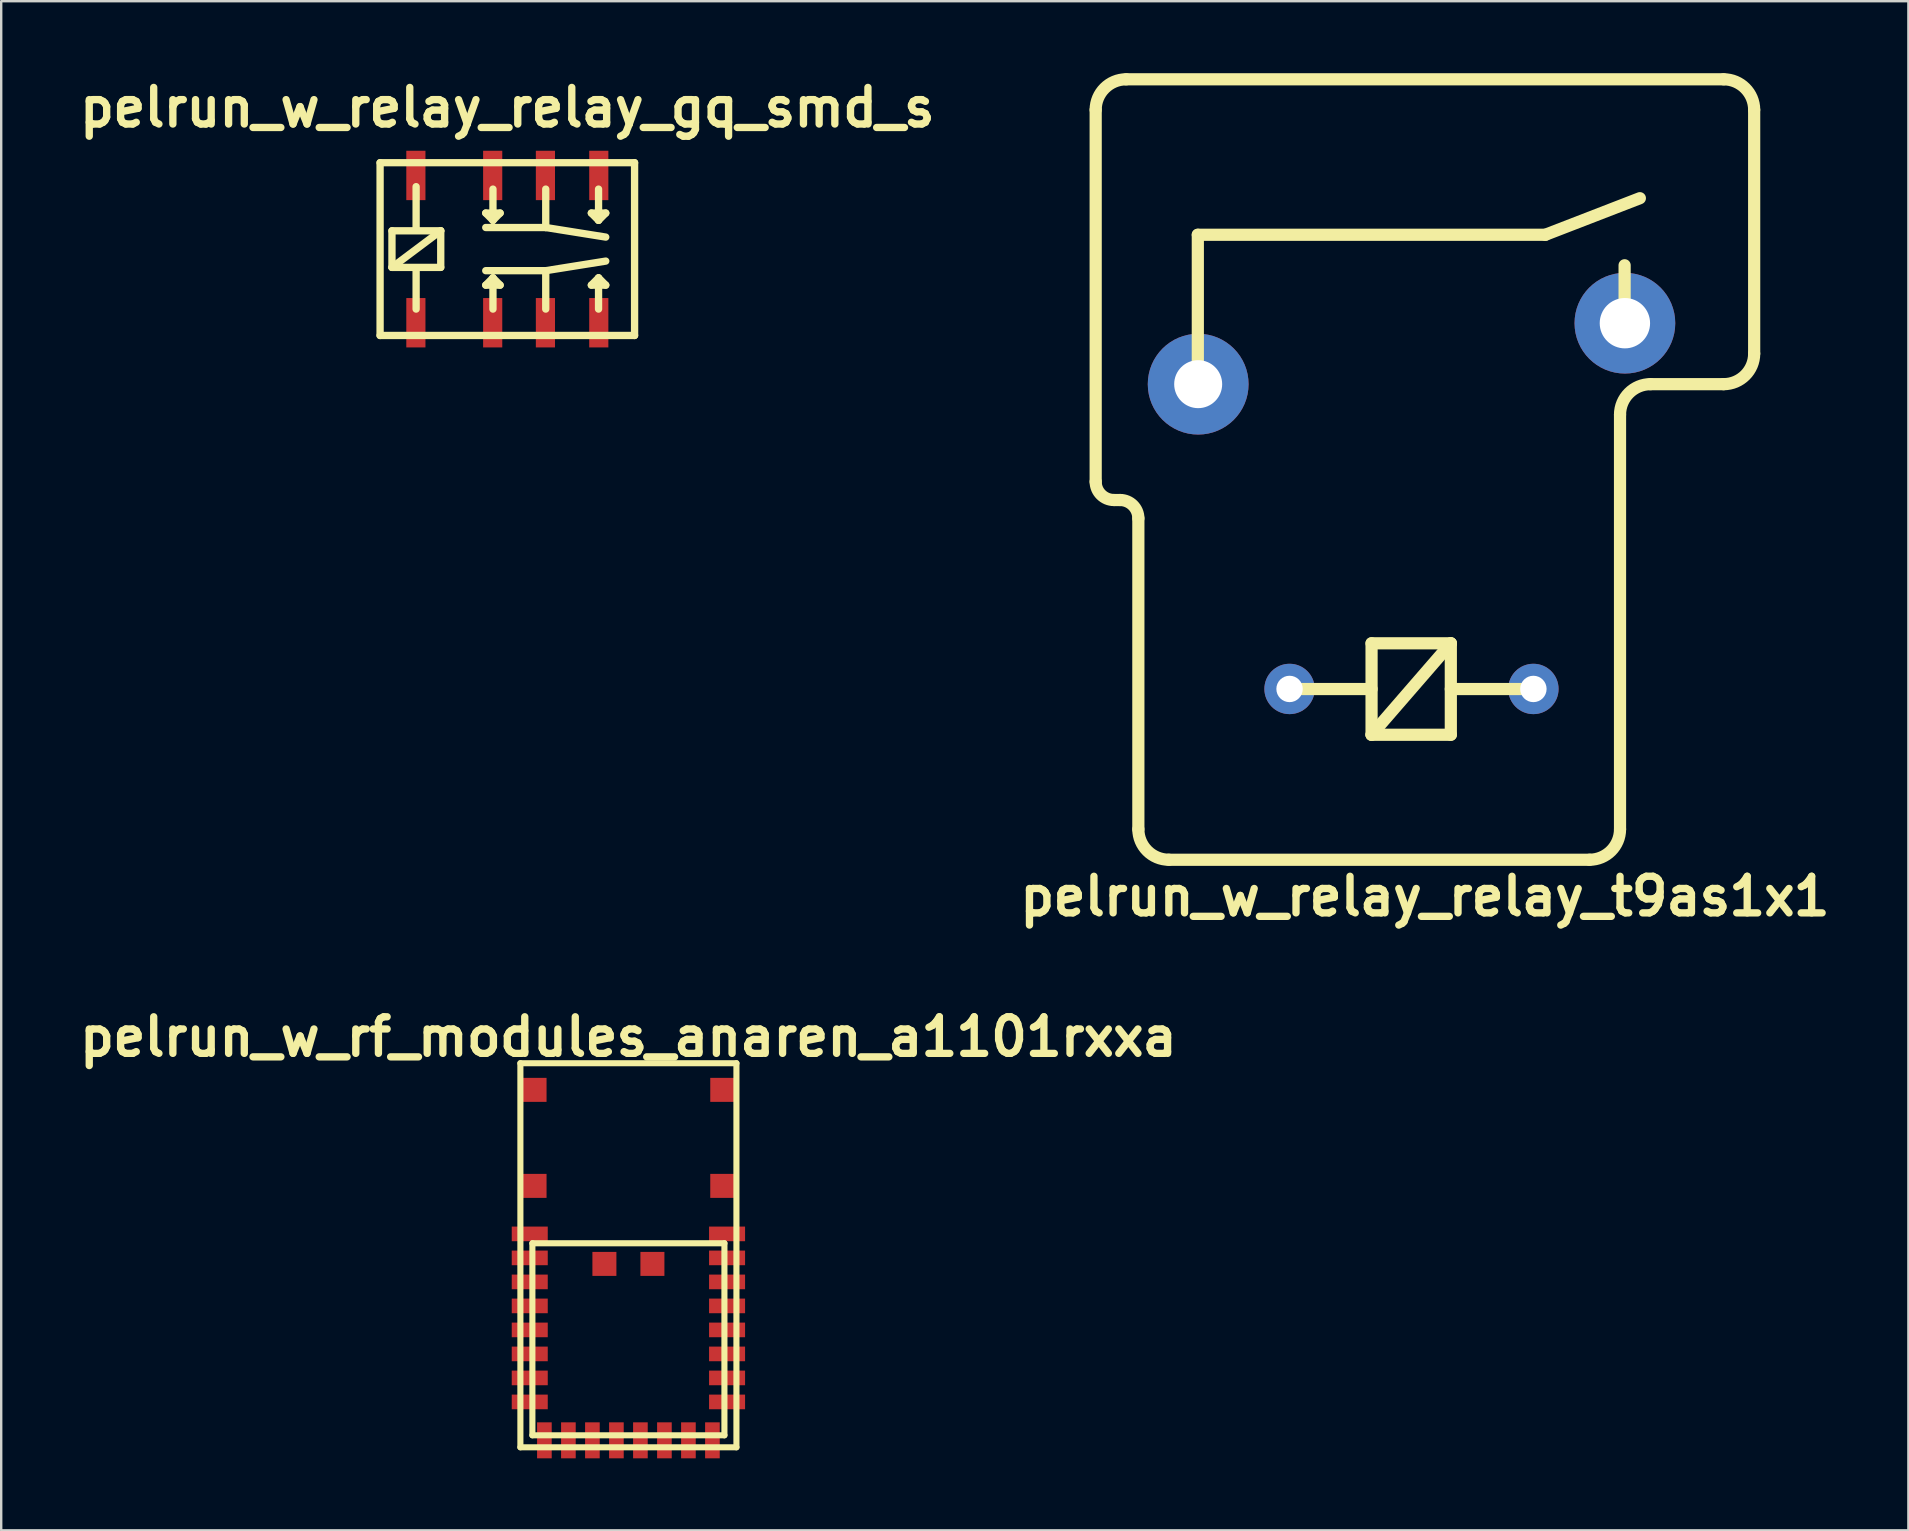
<source format=kicad_pcb>
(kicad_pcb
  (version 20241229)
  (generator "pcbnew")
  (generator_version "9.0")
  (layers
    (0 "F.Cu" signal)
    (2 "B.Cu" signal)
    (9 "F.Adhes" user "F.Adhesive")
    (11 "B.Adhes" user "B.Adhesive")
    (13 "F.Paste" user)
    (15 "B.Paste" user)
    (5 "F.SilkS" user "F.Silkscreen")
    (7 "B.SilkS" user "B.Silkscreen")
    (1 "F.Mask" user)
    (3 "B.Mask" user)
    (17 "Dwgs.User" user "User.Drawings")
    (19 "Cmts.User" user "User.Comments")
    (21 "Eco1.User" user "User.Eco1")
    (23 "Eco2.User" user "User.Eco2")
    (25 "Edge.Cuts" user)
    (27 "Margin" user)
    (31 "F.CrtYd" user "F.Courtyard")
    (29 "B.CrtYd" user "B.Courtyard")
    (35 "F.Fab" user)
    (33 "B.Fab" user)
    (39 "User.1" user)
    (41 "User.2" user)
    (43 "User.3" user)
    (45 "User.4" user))
  (footprint "pelrun_w_relay_relay_t9as1x1"
    (layer "F.Cu")
    (at 56.311 16.51)
    (property "Reference" "pelrun_w_relay_relay_t9as1x1" (at 0 17.78 0) (layer "F.SilkS") (effects (font (size 1.524 1.524) (thickness 0.305))))
    (attr through_hole)
    (fp_line (start -13.716 -14.986) (end -13.716 0.508) (stroke (width 0.508) (type solid)) (layer "F.SilkS"))
    (fp_line (start -12.954 1.27) (end -12.7 1.27) (stroke (width 0.508) (type solid)) (layer "F.SilkS"))
    (fp_line (start -11.938 2.032) (end -11.938 14.986) (stroke (width 0.508) (type solid)) (layer "F.SilkS"))
    (fp_line (start -10.668 16.256) (end 6.858 16.256) (stroke (width 0.508) (type solid)) (layer "F.SilkS"))
    (fp_line (start -9.461 -9.779) (end -9.461 -3.556) (stroke (width 0.508) (type solid)) (layer "F.SilkS"))
    (fp_line (start -9.461 -3.556) (end -9.461 -3.619) (stroke (width 0.508) (type solid)) (layer "F.SilkS"))
    (fp_line (start -2.223 7.239) (end 1.079 7.239) (stroke (width 0.508) (type solid)) (layer "F.SilkS"))
    (fp_line (start -2.223 9.144) (end -5.715 9.144) (stroke (width 0.508) (type solid)) (layer "F.SilkS"))
    (fp_line (start -2.223 11.049) (end -2.223 7.239) (stroke (width 0.508) (type solid)) (layer "F.SilkS"))
    (fp_line (start -2.223 11.049) (end 1.079 7.239) (stroke (width 0.508) (type solid)) (layer "F.SilkS"))
    (fp_line (start 1.079 7.239) (end 1.079 11.049) (stroke (width 0.508) (type solid)) (layer "F.SilkS"))
    (fp_line (start 1.079 11.049) (end -2.223 11.049) (stroke (width 0.508) (type solid)) (layer "F.SilkS"))
    (fp_line (start 4.572 9.144) (end 1.079 9.144) (stroke (width 0.508) (type solid)) (layer "F.SilkS"))
    (fp_line (start 5.016 -9.779) (end -9.461 -9.779) (stroke (width 0.508) (type solid)) (layer "F.SilkS"))
    (fp_line (start 5.016 -9.779) (end 8.954 -11.303) (stroke (width 0.508) (type solid)) (layer "F.SilkS"))
    (fp_line (start 8.128 14.986) (end 8.128 -2.286) (stroke (width 0.508) (type solid)) (layer "F.SilkS"))
    (fp_line (start 8.319 -6.096) (end 8.319 -8.509) (stroke (width 0.508) (type solid)) (layer "F.SilkS"))
    (fp_line (start 9.398 -3.556) (end 12.446 -3.556) (stroke (width 0.508) (type solid)) (layer "F.SilkS"))
    (fp_line (start 12.446 -16.256) (end -12.446 -16.256) (stroke (width 0.508) (type solid)) (layer "F.SilkS"))
    (fp_line (start 13.716 -4.826) (end 13.716 -14.986) (stroke (width 0.508) (type solid)) (layer "F.SilkS"))
    (fp_arc (start -13.716 -14.986) (mid -13.344026 -15.884026) (end -12.446 -16.256) (stroke (width 0.508) (type solid)) (layer "F.SilkS"))
    (fp_arc (start -12.954 1.27) (mid -13.492815 1.046815) (end -13.716 0.508) (stroke (width 0.508) (type solid)) (layer "F.SilkS"))
    (fp_arc (start -12.7 1.27) (mid -12.161185 1.493185) (end -11.938 2.032) (stroke (width 0.508) (type solid)) (layer "F.SilkS"))
    (fp_arc (start -10.668 16.256) (mid -11.566026 15.884026) (end -11.938 14.986) (stroke (width 0.508) (type solid)) (layer "F.SilkS"))
    (fp_arc (start 8.128 -2.286) (mid 8.499974 -3.184026) (end 9.398 -3.556) (stroke (width 0.508) (type solid)) (layer "F.SilkS"))
    (fp_arc (start 8.128 14.986) (mid 7.756026 15.884026) (end 6.858 16.256) (stroke (width 0.508) (type solid)) (layer "F.SilkS"))
    (fp_arc (start 12.446 -16.256) (mid 13.344026 -15.884026) (end 13.716 -14.986) (stroke (width 0.508) (type solid)) (layer "F.SilkS"))
    (fp_arc (start 13.716 -4.826) (mid 13.344026 -3.927974) (end 12.446 -3.556) (stroke (width 0.508) (type solid)) (layer "F.SilkS"))
    (pad "1" thru_hole circle (at -5.639 9.141) (size 2.098 2.098) (drill 1.1) (layers "*.Cu" "*.Mask"))
    (pad "2" thru_hole circle (at 4.519 9.141) (size 2.098 2.098) (drill 1.1) (layers "*.Cu" "*.Mask"))
    (pad "3" thru_hole circle (at -9.446 -3.556) (size 4.199 4.199) (drill 1.999) (layers "*.Cu" "*.Mask"))
    (pad "4" thru_hole circle (at 8.331 -6.096) (size 4.196 4.196) (drill 2.098) (layers "*.Cu" "*.Mask")))
  (footprint "pelrun_w_rf_modules_anaren_a1101rxxa"
    (layer "F.Cu")
    (at 23.129 49.243)
    (property "Reference" "pelrun_w_rf_modules_anaren_a1101rxxa" (at 0 -9.1 0) (layer "F.SilkS") (effects (font (size 1.524 1.524) (thickness 0.305))))
    (attr through_hole)
    (fp_line (start -4.5 -8) (end -4.5 8) (stroke (width 0.254) (type solid)) (layer "F.SilkS"))
    (fp_line (start -4.5 -8) (end 4.5 -8) (stroke (width 0.254) (type solid)) (layer "F.SilkS"))
    (fp_line (start -4.5 8) (end 4.5 8) (stroke (width 0.254) (type solid)) (layer "F.SilkS"))
    (fp_line (start -4 -0.5) (end -4 7.5) (stroke (width 0.254) (type solid)) (layer "F.SilkS"))
    (fp_line (start -4 -0.5) (end 4 -0.5) (stroke (width 0.254) (type solid)) (layer "F.SilkS"))
    (fp_line (start -4 7.5) (end 4 7.5) (stroke (width 0.254) (type solid)) (layer "F.SilkS"))
    (fp_line (start 4 -0.5) (end 4 7.5) (stroke (width 0.254) (type solid)) (layer "F.SilkS"))
    (fp_line (start 4.5 -8) (end 4.5 8) (stroke (width 0.254) (type solid)) (layer "F.SilkS"))
    (pad "" smd rect (at -3.91 -6.89) (size 1 1) (layers "F.Cu" "F.Mask" "F.Paste"))
    (pad "" smd rect (at -3.91 -2.89) (size 1 1) (layers "F.Cu" "F.Mask" "F.Paste"))
    (pad "" smd rect (at -1 0.36) (size 1 1) (layers "F.Cu" "F.Mask" "F.Paste"))
    (pad "" smd rect (at 1 0.36) (size 1 1) (layers "F.Cu" "F.Mask" "F.Paste"))
    (pad "" smd rect (at 3.91 -6.89) (size 1 1) (layers "F.Cu" "F.Mask" "F.Paste"))
    (pad "" smd rect (at 3.91 -2.89) (size 1 1) (layers "F.Cu" "F.Mask" "F.Paste"))
    (pad "1" smd rect (at -4.11 -0.89) (size 1.5 0.61) (layers "F.Cu" "F.Mask" "F.Paste"))
    (pad "2" smd rect (at -4.11 0.11) (size 1.5 0.61) (layers "F.Cu" "F.Mask" "F.Paste"))
    (pad "3" smd rect (at -4.11 1.11) (size 1.5 0.61) (layers "F.Cu" "F.Mask" "F.Paste"))
    (pad "4" smd rect (at -4.11 2.11) (size 1.5 0.61) (layers "F.Cu" "F.Mask" "F.Paste"))
    (pad "5" smd rect (at -4.11 3.11) (size 1.5 0.61) (layers "F.Cu" "F.Mask" "F.Paste"))
    (pad "6" smd rect (at -4.11 4.11) (size 1.5 0.61) (layers "F.Cu" "F.Mask" "F.Paste"))
    (pad "7" smd rect (at -4.11 5.11) (size 1.5 0.61) (layers "F.Cu" "F.Mask" "F.Paste"))
    (pad "8" smd rect (at -4.11 6.11) (size 1.5 0.61) (layers "F.Cu" "F.Mask" "F.Paste"))
    (pad "9" smd rect (at -3.5 7.71) (size 0.61 1.5) (layers "F.Cu" "F.Mask" "F.Paste"))
    (pad "10" smd rect (at -2.5 7.71) (size 0.61 1.5) (layers "F.Cu" "F.Mask" "F.Paste"))
    (pad "11" smd rect (at -1.5 7.71) (size 0.61 1.5) (layers "F.Cu" "F.Mask" "F.Paste"))
    (pad "12" smd rect (at -0.5 7.71) (size 0.61 1.5) (layers "F.Cu" "F.Mask" "F.Paste"))
    (pad "13" smd rect (at 0.5 7.71) (size 0.61 1.5) (layers "F.Cu" "F.Mask" "F.Paste"))
    (pad "14" smd rect (at 1.5 7.71) (size 0.61 1.5) (layers "F.Cu" "F.Mask" "F.Paste"))
    (pad "15" smd rect (at 2.5 7.71) (size 0.61 1.5) (layers "F.Cu" "F.Mask" "F.Paste"))
    (pad "16" smd rect (at 3.5 7.71) (size 0.61 1.5) (layers "F.Cu" "F.Mask" "F.Paste"))
    (pad "17" smd rect (at 4.11 6.11) (size 1.5 0.61) (layers "F.Cu" "F.Mask" "F.Paste"))
    (pad "18" smd rect (at 4.11 5.11) (size 1.5 0.61) (layers "F.Cu" "F.Mask" "F.Paste"))
    (pad "19" smd rect (at 4.11 4.11) (size 1.5 0.61) (layers "F.Cu" "F.Mask" "F.Paste"))
    (pad "20" smd rect (at 4.11 3.11) (size 1.5 0.61) (layers "F.Cu" "F.Mask" "F.Paste"))
    (pad "21" smd rect (at 4.11 2.11) (size 1.5 0.61) (layers "F.Cu" "F.Mask" "F.Paste"))
    (pad "22" smd rect (at 4.11 1.11) (size 1.5 0.61) (layers "F.Cu" "F.Mask" "F.Paste"))
    (pad "23" smd rect (at 4.11 0.11) (size 1.5 0.61) (layers "F.Cu" "F.Mask" "F.Paste"))
    (pad "24" smd rect (at 4.11 -0.89) (size 1.5 0.61) (layers "F.Cu" "F.Mask" "F.Paste")))
  (footprint "pelrun_w_relay_relay_gq_smd_s"
    (layer "F.Cu")
    (at 18.085 7.327)
    (property "Reference" "pelrun_w_relay_relay_gq_smd_s" (at 0 -5.9 0) (layer "F.SilkS") (effects (font (size 1.524 1.524) (thickness 0.305))))
    (attr through_hole)
    (fp_line (start -5.301 -3.599) (end 5.301 -3.599) (stroke (width 0.305) (type solid)) (layer "F.SilkS"))
    (fp_line (start -5.301 3.599) (end -5.301 -3.599) (stroke (width 0.305) (type solid)) (layer "F.SilkS"))
    (fp_line (start -4.806 -0.762) (end -2.774 -0.762) (stroke (width 0.305) (type solid)) (layer "F.SilkS"))
    (fp_line (start -4.806 0.762) (end -4.806 -0.762) (stroke (width 0.305) (type solid)) (layer "F.SilkS"))
    (fp_line (start -4.806 0.762) (end -2.774 -0.762) (stroke (width 0.305) (type solid)) (layer "F.SilkS"))
    (fp_line (start -3.8 -2.601) (end -3.8 -0.8) (stroke (width 0.305) (type solid)) (layer "F.SilkS"))
    (fp_line (start -3.8 2.499) (end -3.8 0.8) (stroke (width 0.305) (type solid)) (layer "F.SilkS"))
    (fp_line (start -2.774 -0.762) (end -2.774 0.762) (stroke (width 0.305) (type solid)) (layer "F.SilkS"))
    (fp_line (start -2.774 0.762) (end -4.806 0.762) (stroke (width 0.305) (type solid)) (layer "F.SilkS"))
    (fp_line (start -0.899 0.899) (end 1.6 0.899) (stroke (width 0.305) (type solid)) (layer "F.SilkS"))
    (fp_line (start -0.899 1.501) (end -0.3 1.501) (stroke (width 0.305) (type solid)) (layer "F.SilkS"))
    (fp_line (start -0.599 -2.499) (end -0.599 -1.199) (stroke (width 0.305) (type solid)) (layer "F.SilkS"))
    (fp_line (start -0.599 -1.199) (end -0.899 -1.501) (stroke (width 0.305) (type solid)) (layer "F.SilkS"))
    (fp_line (start -0.599 -1.199) (end -0.3 -1.501) (stroke (width 0.305) (type solid)) (layer "F.SilkS"))
    (fp_line (start -0.599 1.199) (end -0.899 1.501) (stroke (width 0.305) (type solid)) (layer "F.SilkS"))
    (fp_line (start -0.599 2.499) (end -0.599 1.199) (stroke (width 0.305) (type solid)) (layer "F.SilkS"))
    (fp_line (start -0.3 -1.501) (end -0.899 -1.501) (stroke (width 0.305) (type solid)) (layer "F.SilkS"))
    (fp_line (start -0.3 1.501) (end -0.599 1.199) (stroke (width 0.305) (type solid)) (layer "F.SilkS"))
    (fp_line (start 1.6 -2.499) (end 1.6 -0.899) (stroke (width 0.305) (type solid)) (layer "F.SilkS"))
    (fp_line (start 1.6 -0.899) (end -0.899 -0.899) (stroke (width 0.305) (type solid)) (layer "F.SilkS"))
    (fp_line (start 1.6 -0.899) (end 4.1 -0.5) (stroke (width 0.305) (type solid)) (layer "F.SilkS"))
    (fp_line (start 1.6 0.899) (end 1.6 2.499) (stroke (width 0.305) (type solid)) (layer "F.SilkS"))
    (fp_line (start 1.6 0.899) (end 4.1 0.5) (stroke (width 0.305) (type solid)) (layer "F.SilkS"))
    (fp_line (start 3.5 1.501) (end 4.1 1.501) (stroke (width 0.305) (type solid)) (layer "F.SilkS"))
    (fp_line (start 3.8 -2.499) (end 3.8 -1.199) (stroke (width 0.305) (type solid)) (layer "F.SilkS"))
    (fp_line (start 3.8 -1.199) (end 3.5 -1.501) (stroke (width 0.305) (type solid)) (layer "F.SilkS"))
    (fp_line (start 3.8 -1.199) (end 4.1 -1.501) (stroke (width 0.305) (type solid)) (layer "F.SilkS"))
    (fp_line (start 3.8 1.199) (end 3.5 1.501) (stroke (width 0.305) (type solid)) (layer "F.SilkS"))
    (fp_line (start 3.8 2.499) (end 3.8 1.199) (stroke (width 0.305) (type solid)) (layer "F.SilkS"))
    (fp_line (start 4.1 -1.501) (end 3.5 -1.501) (stroke (width 0.305) (type solid)) (layer "F.SilkS"))
    (fp_line (start 4.1 1.501) (end 3.8 1.199) (stroke (width 0.305) (type solid)) (layer "F.SilkS"))
    (fp_line (start 5.301 -3.599) (end 5.301 3.599) (stroke (width 0.305) (type solid)) (layer "F.SilkS"))
    (fp_line (start 5.301 3.599) (end -5.301 3.599) (stroke (width 0.305) (type solid)) (layer "F.SilkS"))
    (pad "1" smd rect (at -3.81 3.068) (size 0.798 2.057) (layers "F.Cu" "F.Mask" "F.Paste"))
    (pad "2" smd rect (at -0.61 3.068) (size 0.798 2.057) (layers "F.Cu" "F.Mask" "F.Paste"))
    (pad "3" smd rect (at 1.587 3.068) (size 0.798 2.057) (layers "F.Cu" "F.Mask" "F.Paste"))
    (pad "4" smd rect (at 3.81 3.068) (size 0.798 2.057) (layers "F.Cu" "F.Mask" "F.Paste"))
    (pad "5" smd rect (at 3.81 -3.068) (size 0.798 2.057) (layers "F.Cu" "F.Mask" "F.Paste"))
    (pad "6" smd rect (at 1.587 -3.068) (size 0.798 2.057) (layers "F.Cu" "F.Mask" "F.Paste"))
    (pad "7" smd rect (at -0.61 -3.068) (size 0.798 2.057) (layers "F.Cu" "F.Mask" "F.Paste"))
    (pad "8" smd rect (at -3.81 -3.068) (size 0.798 2.057) (layers "F.Cu" "F.Mask" "F.Paste")))
  (gr_rect
    (start -3 -3)
    (end 76.452 60.703)
    (stroke (width 0.1) (type default))
    (fill no)
    (layer "Edge.Cuts")))
</source>
